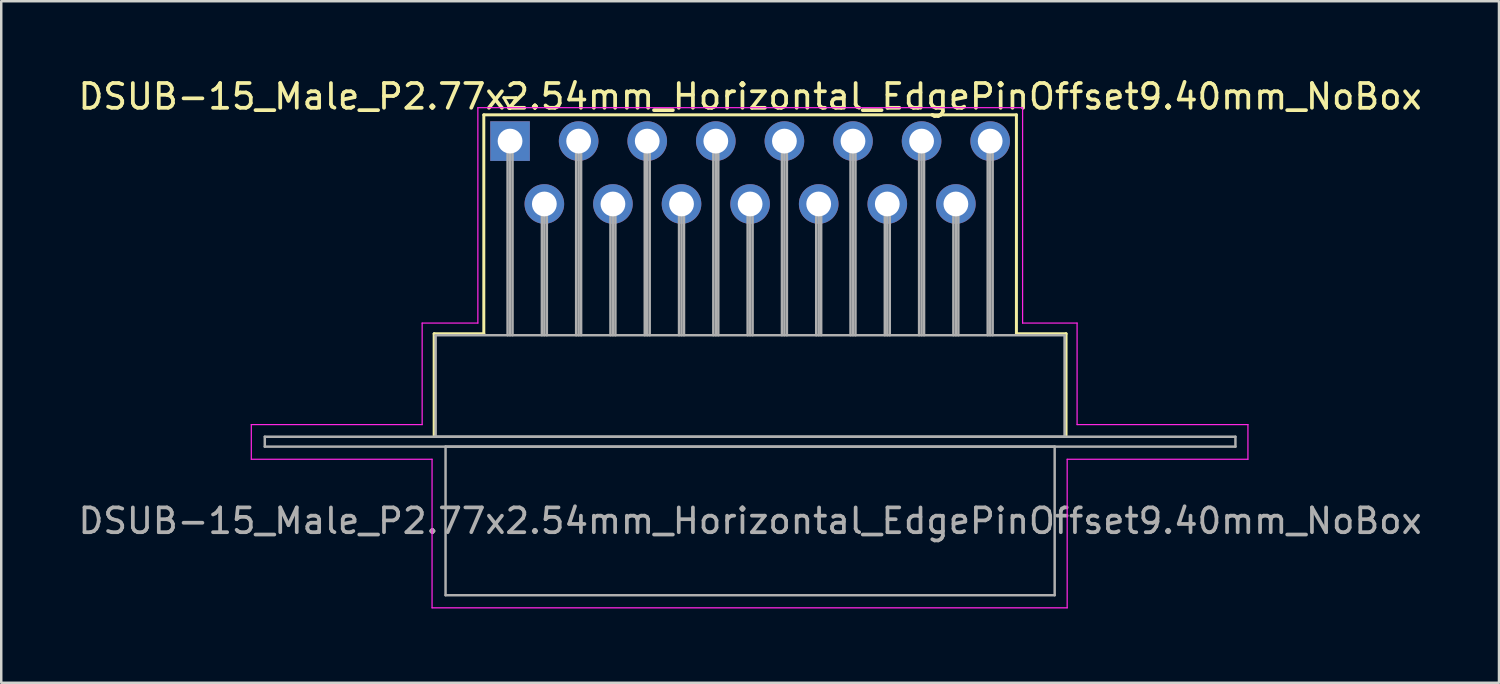
<source format=kicad_pcb>
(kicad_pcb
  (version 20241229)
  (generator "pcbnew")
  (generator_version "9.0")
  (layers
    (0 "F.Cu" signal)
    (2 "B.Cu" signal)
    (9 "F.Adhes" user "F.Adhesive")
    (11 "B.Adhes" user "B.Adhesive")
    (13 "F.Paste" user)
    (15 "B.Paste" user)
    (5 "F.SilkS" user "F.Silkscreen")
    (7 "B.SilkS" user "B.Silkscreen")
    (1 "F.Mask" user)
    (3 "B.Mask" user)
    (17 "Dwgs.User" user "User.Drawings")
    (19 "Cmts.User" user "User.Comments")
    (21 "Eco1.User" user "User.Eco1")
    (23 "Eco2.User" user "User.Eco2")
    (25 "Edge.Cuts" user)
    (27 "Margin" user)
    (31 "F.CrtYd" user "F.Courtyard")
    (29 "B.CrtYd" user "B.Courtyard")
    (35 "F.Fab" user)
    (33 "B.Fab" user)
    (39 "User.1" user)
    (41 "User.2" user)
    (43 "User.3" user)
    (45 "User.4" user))
  (footprint "DSUB-15_Male_P2.77x2.54mm_Horizontal_EdgePinOffset9.40mm_NoBox"
    (layer "F.Cu")
    (at 17.549 2.648)
    (property "Reference" "DSUB-15_Male_P2.77x2.54mm_Horizontal_EdgePinOffset9.40mm_NoBox" (at 9.695 -1.8 0) (layer "F.SilkS") (effects (font (size 1 1) (thickness 0.15))))
    (attr through_hole)
    (fp_line (start -3.065 7.78) (end -1.06 7.78) (stroke (width 0.12) (type solid)) (layer "F.SilkS"))
    (fp_line (start -3.065 11.88) (end -3.065 7.78) (stroke (width 0.12) (type solid)) (layer "F.SilkS"))
    (fp_line (start -1.06 -1.06) (end 20.45 -1.06) (stroke (width 0.12) (type solid)) (layer "F.SilkS"))
    (fp_line (start -1.06 7.78) (end -1.06 -1.06) (stroke (width 0.12) (type solid)) (layer "F.SilkS"))
    (fp_line (start -0.25 -1.754) (end 0.25 -1.754) (stroke (width 0.12) (type solid)) (layer "F.SilkS"))
    (fp_line (start 0 -1.321) (end -0.25 -1.754) (stroke (width 0.12) (type solid)) (layer "F.SilkS"))
    (fp_line (start 0.25 -1.754) (end 0 -1.321) (stroke (width 0.12) (type solid)) (layer "F.SilkS"))
    (fp_line (start 20.45 -1.06) (end 20.45 7.78) (stroke (width 0.12) (type solid)) (layer "F.SilkS"))
    (fp_line (start 20.45 7.78) (end 22.455 7.78) (stroke (width 0.12) (type solid)) (layer "F.SilkS"))
    (fp_line (start 22.455 7.78) (end 22.455 11.88) (stroke (width 0.12) (type solid)) (layer "F.SilkS"))
    (fp_line (start -10.45 11.45) (end -3.55 11.45) (stroke (width 0.05) (type solid)) (layer "F.CrtYd"))
    (fp_line (start -10.45 12.85) (end -10.45 11.45) (stroke (width 0.05) (type solid)) (layer "F.CrtYd"))
    (fp_line (start -3.55 7.35) (end -1.3 7.35) (stroke (width 0.05) (type solid)) (layer "F.CrtYd"))
    (fp_line (start -3.55 11.45) (end -3.55 7.35) (stroke (width 0.05) (type solid)) (layer "F.CrtYd"))
    (fp_line (start -3.15 12.85) (end -10.45 12.85) (stroke (width 0.05) (type solid)) (layer "F.CrtYd"))
    (fp_line (start -3.15 18.85) (end -3.15 12.85) (stroke (width 0.05) (type solid)) (layer "F.CrtYd"))
    (fp_line (start -1.3 -1.35) (end 20.7 -1.35) (stroke (width 0.05) (type solid)) (layer "F.CrtYd"))
    (fp_line (start -1.3 7.35) (end -1.3 -1.35) (stroke (width 0.05) (type solid)) (layer "F.CrtYd"))
    (fp_line (start 20.7 -1.35) (end 20.7 7.35) (stroke (width 0.05) (type solid)) (layer "F.CrtYd"))
    (fp_line (start 20.7 7.35) (end 22.9 7.35) (stroke (width 0.05) (type solid)) (layer "F.CrtYd"))
    (fp_line (start 22.5 12.85) (end 22.5 18.85) (stroke (width 0.05) (type solid)) (layer "F.CrtYd"))
    (fp_line (start 22.5 18.85) (end -3.15 18.85) (stroke (width 0.05) (type solid)) (layer "F.CrtYd"))
    (fp_line (start 22.9 7.35) (end 22.9 11.45) (stroke (width 0.05) (type solid)) (layer "F.CrtYd"))
    (fp_line (start 22.9 11.45) (end 29.8 11.45) (stroke (width 0.05) (type solid)) (layer "F.CrtYd"))
    (fp_line (start 29.8 11.45) (end 29.8 12.85) (stroke (width 0.05) (type solid)) (layer "F.CrtYd"))
    (fp_line (start 29.8 12.85) (end 22.5 12.85) (stroke (width 0.05) (type solid)) (layer "F.CrtYd"))
    (fp_line (start -9.905 11.94) (end -9.905 12.34) (stroke (width 0.1) (type solid)) (layer "F.Fab"))
    (fp_line (start -9.905 12.34) (end 29.295 12.34) (stroke (width 0.1) (type solid)) (layer "F.Fab"))
    (fp_line (start -3.005 7.84) (end -3.005 11.94) (stroke (width 0.1) (type solid)) (layer "F.Fab"))
    (fp_line (start -3.005 11.94) (end 22.395 11.94) (stroke (width 0.1) (type solid)) (layer "F.Fab"))
    (fp_line (start -2.605 12.34) (end -2.605 18.34) (stroke (width 0.1) (type solid)) (layer "F.Fab"))
    (fp_line (start -2.605 18.34) (end 21.995 18.34) (stroke (width 0.1) (type solid)) (layer "F.Fab"))
    (fp_line (start -0.1 0) (end -0.1 7.84) (stroke (width 0.1) (type solid)) (layer "F.Fab"))
    (fp_line (start 0 0) (end 0 7.84) (stroke (width 0.1) (type solid)) (layer "F.Fab"))
    (fp_line (start 0.1 0) (end 0.1 7.84) (stroke (width 0.1) (type solid)) (layer "F.Fab"))
    (fp_line (start 1.285 2.54) (end 1.285 7.84) (stroke (width 0.1) (type solid)) (layer "F.Fab"))
    (fp_line (start 1.385 2.54) (end 1.385 7.84) (stroke (width 0.1) (type solid)) (layer "F.Fab"))
    (fp_line (start 1.485 2.54) (end 1.485 7.84) (stroke (width 0.1) (type solid)) (layer "F.Fab"))
    (fp_line (start 2.67 0) (end 2.67 7.84) (stroke (width 0.1) (type solid)) (layer "F.Fab"))
    (fp_line (start 2.77 0) (end 2.77 7.84) (stroke (width 0.1) (type solid)) (layer "F.Fab"))
    (fp_line (start 2.87 0) (end 2.87 7.84) (stroke (width 0.1) (type solid)) (layer "F.Fab"))
    (fp_line (start 4.055 2.54) (end 4.055 7.84) (stroke (width 0.1) (type solid)) (layer "F.Fab"))
    (fp_line (start 4.155 2.54) (end 4.155 7.84) (stroke (width 0.1) (type solid)) (layer "F.Fab"))
    (fp_line (start 4.255 2.54) (end 4.255 7.84) (stroke (width 0.1) (type solid)) (layer "F.Fab"))
    (fp_line (start 5.44 0) (end 5.44 7.84) (stroke (width 0.1) (type solid)) (layer "F.Fab"))
    (fp_line (start 5.54 0) (end 5.54 7.84) (stroke (width 0.1) (type solid)) (layer "F.Fab"))
    (fp_line (start 5.64 0) (end 5.64 7.84) (stroke (width 0.1) (type solid)) (layer "F.Fab"))
    (fp_line (start 6.825 2.54) (end 6.825 7.84) (stroke (width 0.1) (type solid)) (layer "F.Fab"))
    (fp_line (start 6.925 2.54) (end 6.925 7.84) (stroke (width 0.1) (type solid)) (layer "F.Fab"))
    (fp_line (start 7.025 2.54) (end 7.025 7.84) (stroke (width 0.1) (type solid)) (layer "F.Fab"))
    (fp_line (start 8.21 0) (end 8.21 7.84) (stroke (width 0.1) (type solid)) (layer "F.Fab"))
    (fp_line (start 8.31 0) (end 8.31 7.84) (stroke (width 0.1) (type solid)) (layer "F.Fab"))
    (fp_line (start 8.41 0) (end 8.41 7.84) (stroke (width 0.1) (type solid)) (layer "F.Fab"))
    (fp_line (start 9.595 2.54) (end 9.595 7.84) (stroke (width 0.1) (type solid)) (layer "F.Fab"))
    (fp_line (start 9.695 2.54) (end 9.695 7.84) (stroke (width 0.1) (type solid)) (layer "F.Fab"))
    (fp_line (start 9.795 2.54) (end 9.795 7.84) (stroke (width 0.1) (type solid)) (layer "F.Fab"))
    (fp_line (start 10.98 0) (end 10.98 7.84) (stroke (width 0.1) (type solid)) (layer "F.Fab"))
    (fp_line (start 11.08 0) (end 11.08 7.84) (stroke (width 0.1) (type solid)) (layer "F.Fab"))
    (fp_line (start 11.18 0) (end 11.18 7.84) (stroke (width 0.1) (type solid)) (layer "F.Fab"))
    (fp_line (start 12.365 2.54) (end 12.365 7.84) (stroke (width 0.1) (type solid)) (layer "F.Fab"))
    (fp_line (start 12.465 2.54) (end 12.465 7.84) (stroke (width 0.1) (type solid)) (layer "F.Fab"))
    (fp_line (start 12.565 2.54) (end 12.565 7.84) (stroke (width 0.1) (type solid)) (layer "F.Fab"))
    (fp_line (start 13.75 0) (end 13.75 7.84) (stroke (width 0.1) (type solid)) (layer "F.Fab"))
    (fp_line (start 13.85 0) (end 13.85 7.84) (stroke (width 0.1) (type solid)) (layer "F.Fab"))
    (fp_line (start 13.95 0) (end 13.95 7.84) (stroke (width 0.1) (type solid)) (layer "F.Fab"))
    (fp_line (start 15.135 2.54) (end 15.135 7.84) (stroke (width 0.1) (type solid)) (layer "F.Fab"))
    (fp_line (start 15.235 2.54) (end 15.235 7.84) (stroke (width 0.1) (type solid)) (layer "F.Fab"))
    (fp_line (start 15.335 2.54) (end 15.335 7.84) (stroke (width 0.1) (type solid)) (layer "F.Fab"))
    (fp_line (start 16.52 0) (end 16.52 7.84) (stroke (width 0.1) (type solid)) (layer "F.Fab"))
    (fp_line (start 16.62 0) (end 16.62 7.84) (stroke (width 0.1) (type solid)) (layer "F.Fab"))
    (fp_line (start 16.72 0) (end 16.72 7.84) (stroke (width 0.1) (type solid)) (layer "F.Fab"))
    (fp_line (start 17.905 2.54) (end 17.905 7.84) (stroke (width 0.1) (type solid)) (layer "F.Fab"))
    (fp_line (start 18.005 2.54) (end 18.005 7.84) (stroke (width 0.1) (type solid)) (layer "F.Fab"))
    (fp_line (start 18.105 2.54) (end 18.105 7.84) (stroke (width 0.1) (type solid)) (layer "F.Fab"))
    (fp_line (start 19.29 0) (end 19.29 7.84) (stroke (width 0.1) (type solid)) (layer "F.Fab"))
    (fp_line (start 19.39 0) (end 19.39 7.84) (stroke (width 0.1) (type solid)) (layer "F.Fab"))
    (fp_line (start 19.49 0) (end 19.49 7.84) (stroke (width 0.1) (type solid)) (layer "F.Fab"))
    (fp_line (start 21.995 12.34) (end -2.605 12.34) (stroke (width 0.1) (type solid)) (layer "F.Fab"))
    (fp_line (start 21.995 18.34) (end 21.995 12.34) (stroke (width 0.1) (type solid)) (layer "F.Fab"))
    (fp_line (start 22.395 7.84) (end -3.005 7.84) (stroke (width 0.1) (type solid)) (layer "F.Fab"))
    (fp_line (start 22.395 11.94) (end 22.395 7.84) (stroke (width 0.1) (type solid)) (layer "F.Fab"))
    (fp_line (start 29.295 11.94) (end -9.905 11.94) (stroke (width 0.1) (type solid)) (layer "F.Fab"))
    (fp_line (start 29.295 12.34) (end 29.295 11.94) (stroke (width 0.1) (type solid)) (layer "F.Fab"))
    (fp_text user "${REFERENCE}" (at 9.695 15.34 0) (layer "F.Fab") (effects (font (size 1 1) (thickness 0.15))))
    (pad "1" thru_hole rect (at 0 0) (size 1.6 1.6) (drill 1) (layers "*.Cu" "*.Mask"))
    (pad "2" thru_hole circle (at 2.77 0) (size 1.6 1.6) (drill 1) (layers "*.Cu" "*.Mask"))
    (pad "3" thru_hole circle (at 5.54 0) (size 1.6 1.6) (drill 1) (layers "*.Cu" "*.Mask"))
    (pad "4" thru_hole circle (at 8.31 0) (size 1.6 1.6) (drill 1) (layers "*.Cu" "*.Mask"))
    (pad "5" thru_hole circle (at 11.08 0) (size 1.6 1.6) (drill 1) (layers "*.Cu" "*.Mask"))
    (pad "6" thru_hole circle (at 13.85 0) (size 1.6 1.6) (drill 1) (layers "*.Cu" "*.Mask"))
    (pad "7" thru_hole circle (at 16.62 0) (size 1.6 1.6) (drill 1) (layers "*.Cu" "*.Mask"))
    (pad "8" thru_hole circle (at 19.39 0) (size 1.6 1.6) (drill 1) (layers "*.Cu" "*.Mask"))
    (pad "9" thru_hole circle (at 1.385 2.54) (size 1.6 1.6) (drill 1) (layers "*.Cu" "*.Mask"))
    (pad "10" thru_hole circle (at 4.155 2.54) (size 1.6 1.6) (drill 1) (layers "*.Cu" "*.Mask"))
    (pad "11" thru_hole circle (at 6.925 2.54) (size 1.6 1.6) (drill 1) (layers "*.Cu" "*.Mask"))
    (pad "12" thru_hole circle (at 9.695 2.54) (size 1.6 1.6) (drill 1) (layers "*.Cu" "*.Mask"))
    (pad "13" thru_hole circle (at 12.465 2.54) (size 1.6 1.6) (drill 1) (layers "*.Cu" "*.Mask"))
    (pad "14" thru_hole circle (at 15.235 2.54) (size 1.6 1.6) (drill 1) (layers "*.Cu" "*.Mask"))
    (pad "15" thru_hole circle (at 18.005 2.54) (size 1.6 1.6) (drill 1) (layers "*.Cu" "*.Mask")))
  (gr_rect
    (start -3 -3)
    (end 57.488 24.523)
    (stroke (width 0.1) (type default))
    (fill no)
    (layer "Edge.Cuts")))
</source>
